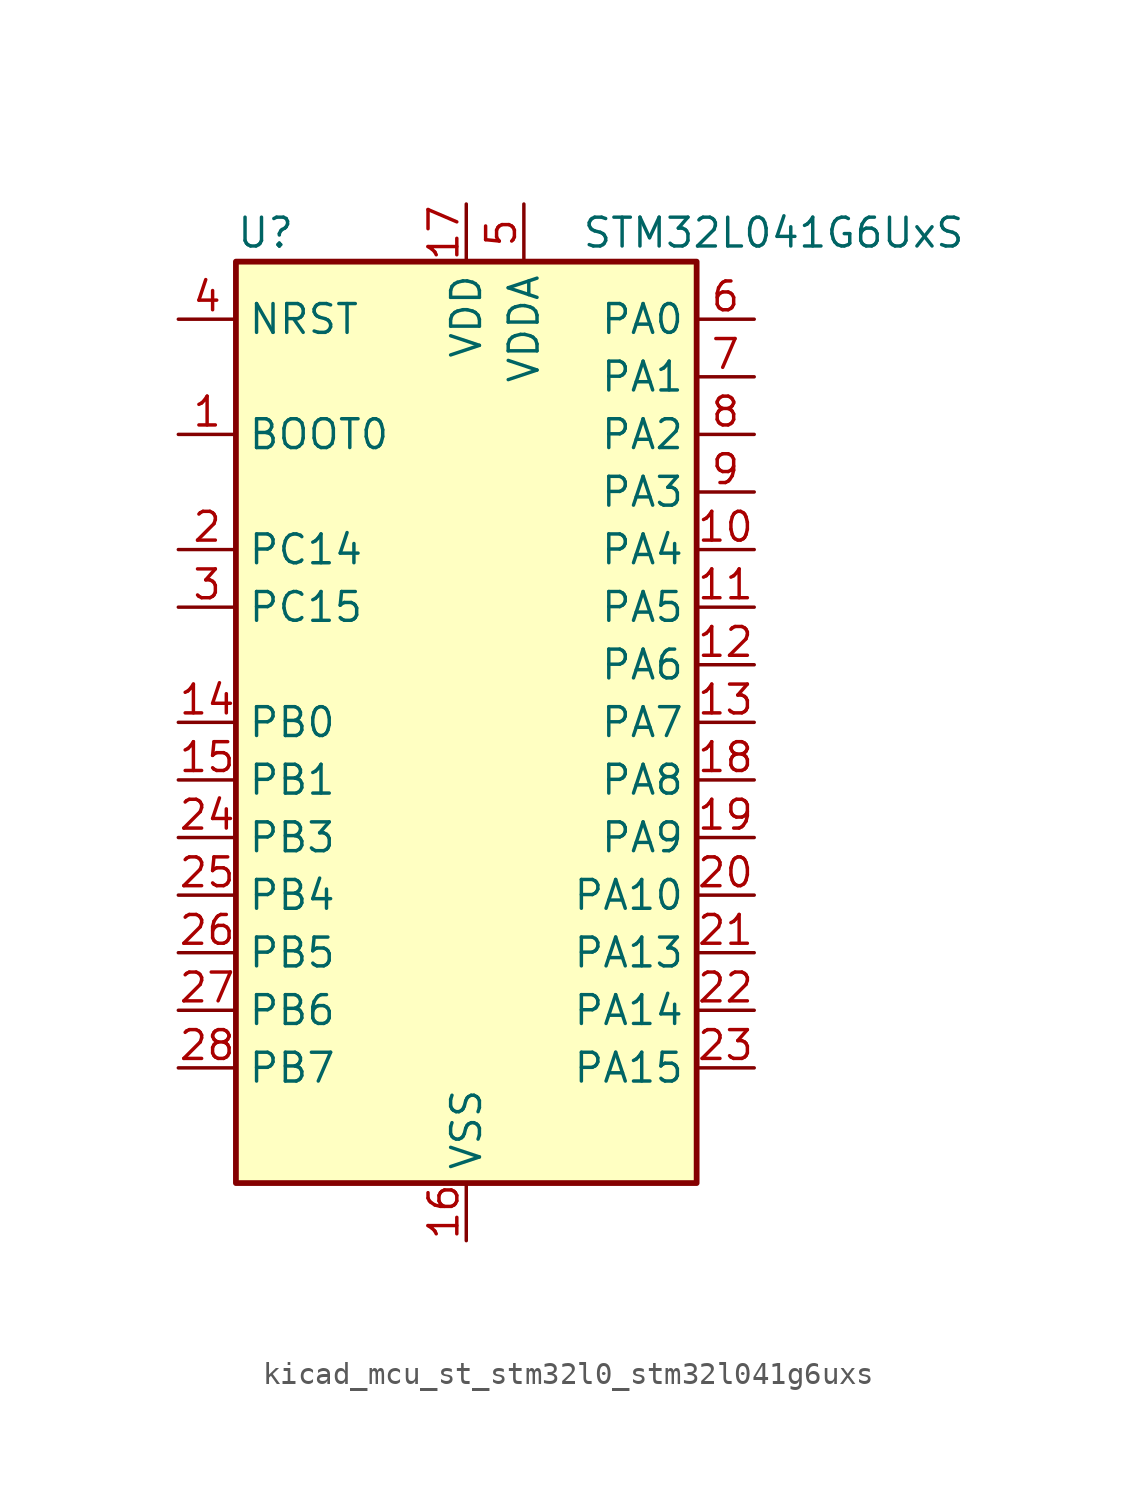
<source format=kicad_sym>
(kicad_symbol_lib
  (version 20220914)
  (generator kicad_symbol_editor)
  (symbol "kicad_mcu_st_stm32l0_stm32l041g6uxs"
    (property "Reference" "U"
      (at -10.16 21.59 0)
      (effects (font (size 1.27 1.27)) (justify left)))
    (property "Value" "STM32L041G6UxS"
      (at 5.08 21.59 0)
      (effects (font (size 1.27 1.27)) (justify left)))
    (property "ki_locked" ""
      (at 0 0 0)
      (effects (font (size 1.27 1.27))))
    (symbol "kicad_mcu_st_stm32l0_stm32l041g6uxs_0_1"
      (rectangle (start -10.16 -20.32) (end 10.16 20.32) (stroke (width 0.254) (type default)) (fill (type background))))
    (symbol "kicad_mcu_st_stm32l0_stm32l041g6uxs_1_1"
      (pin input line (at -12.7 12.7 0) (length 2.54) (name "BOOT0" (effects (font (size 1.27 1.27)))) (number "1" (effects (font (size 1.27 1.27)))))
      (pin bidirectional line (at 12.7 7.62 180) (length 2.54) (name "PA4" (effects (font (size 1.27 1.27)))) (number "10" (effects (font (size 1.27 1.27)))) (alternate "ADC_IN4" bidirectional line) (alternate "COMP1_INM" bidirectional line) (alternate "COMP2_INM" bidirectional line) (alternate "LPTIM1_IN1" bidirectional line) (alternate "SPI1_NSS" bidirectional line) (alternate "TIM22_ETR" bidirectional line) (alternate "USART2_CK" bidirectional line))
      (pin bidirectional line (at 12.7 5.08 180) (length 2.54) (name "PA5" (effects (font (size 1.27 1.27)))) (number "11" (effects (font (size 1.27 1.27)))) (alternate "ADC_IN5" bidirectional line) (alternate "COMP1_INM" bidirectional line) (alternate "COMP2_INM" bidirectional line) (alternate "LPTIM1_IN2" bidirectional line) (alternate "SPI1_SCK" bidirectional line) (alternate "TIM2_CH1" bidirectional line) (alternate "TIM2_ETR" bidirectional line))
      (pin bidirectional line (at 12.7 2.54 180) (length 2.54) (name "PA6" (effects (font (size 1.27 1.27)))) (number "12" (effects (font (size 1.27 1.27)))) (alternate "ADC_IN6" bidirectional line) (alternate "COMP1_OUT" bidirectional line) (alternate "LPTIM1_ETR" bidirectional line) (alternate "LPUART1_CTS" bidirectional line) (alternate "SPI1_MISO" bidirectional line) (alternate "TIM22_CH1" bidirectional line))
      (pin bidirectional line (at 12.7 0 180) (length 2.54) (name "PA7" (effects (font (size 1.27 1.27)))) (number "13" (effects (font (size 1.27 1.27)))) (alternate "ADC_IN7" bidirectional line) (alternate "COMP2_OUT" bidirectional line) (alternate "LPTIM1_OUT" bidirectional line) (alternate "SPI1_MOSI" bidirectional line) (alternate "TIM22_CH2" bidirectional line) (alternate "USART2_CTS" bidirectional line))
      (pin bidirectional line (at -12.7 0 0) (length 2.54) (name "PB0" (effects (font (size 1.27 1.27)))) (number "14" (effects (font (size 1.27 1.27)))) (alternate "ADC_IN8" bidirectional line) (alternate "SPI1_MISO" bidirectional line) (alternate "SYS_VREF_OUT_PB0" bidirectional line) (alternate "TIM2_CH3" bidirectional line) (alternate "USART2_DE" bidirectional line) (alternate "USART2_RTS" bidirectional line))
      (pin bidirectional line (at -12.7 -2.54 0) (length 2.54) (name "PB1" (effects (font (size 1.27 1.27)))) (number "15" (effects (font (size 1.27 1.27)))) (alternate "ADC_IN9" bidirectional line) (alternate "LPUART1_DE" bidirectional line) (alternate "LPUART1_RTS" bidirectional line) (alternate "SPI1_MOSI" bidirectional line) (alternate "SYS_VREF_OUT_PB1" bidirectional line) (alternate "TIM2_CH4" bidirectional line) (alternate "USART2_CK" bidirectional line))
      (pin power_in line (at 0 -22.86 90) (length 2.54) (name "VSS" (effects (font (size 1.27 1.27)))) (number "16" (effects (font (size 1.27 1.27)))))
      (pin power_in line (at 0 22.86 270) (length 2.54) (name "VDD" (effects (font (size 1.27 1.27)))) (number "17" (effects (font (size 1.27 1.27)))))
      (pin bidirectional line (at 12.7 -2.54 180) (length 2.54) (name "PA8" (effects (font (size 1.27 1.27)))) (number "18" (effects (font (size 1.27 1.27)))) (alternate "LPTIM1_IN1" bidirectional line) (alternate "RCC_MCO" bidirectional line) (alternate "TIM2_CH1" bidirectional line) (alternate "USART2_CK" bidirectional line))
      (pin bidirectional line (at 12.7 -5.08 180) (length 2.54) (name "PA9" (effects (font (size 1.27 1.27)))) (number "19" (effects (font (size 1.27 1.27)))) (alternate "I2C1_SCL" bidirectional line) (alternate "RCC_MCO" bidirectional line) (alternate "TIM22_CH1" bidirectional line) (alternate "USART2_TX" bidirectional line))
      (pin bidirectional line (at -12.7 7.62 0) (length 2.54) (name "PC14" (effects (font (size 1.27 1.27)))) (number "2" (effects (font (size 1.27 1.27)))) (alternate "RCC_OSC32_IN" bidirectional line))
      (pin bidirectional line (at 12.7 -7.62 180) (length 2.54) (name "PA10" (effects (font (size 1.27 1.27)))) (number "20" (effects (font (size 1.27 1.27)))) (alternate "I2C1_SDA" bidirectional line) (alternate "TIM22_CH2" bidirectional line) (alternate "USART2_RX" bidirectional line))
      (pin bidirectional line (at 12.7 -10.16 180) (length 2.54) (name "PA13" (effects (font (size 1.27 1.27)))) (number "21" (effects (font (size 1.27 1.27)))) (alternate "LPTIM1_ETR" bidirectional line) (alternate "LPUART1_RX" bidirectional line) (alternate "SYS_SWDIO" bidirectional line))
      (pin bidirectional line (at 12.7 -12.7 180) (length 2.54) (name "PA14" (effects (font (size 1.27 1.27)))) (number "22" (effects (font (size 1.27 1.27)))) (alternate "I2C1_SMBA" bidirectional line) (alternate "LPTIM1_OUT" bidirectional line) (alternate "LPUART1_TX" bidirectional line) (alternate "SYS_SWCLK" bidirectional line) (alternate "USART2_TX" bidirectional line))
      (pin bidirectional line (at 12.7 -15.24 180) (length 2.54) (name "PA15" (effects (font (size 1.27 1.27)))) (number "23" (effects (font (size 1.27 1.27)))) (alternate "SPI1_NSS" bidirectional line) (alternate "TIM2_CH1" bidirectional line) (alternate "TIM2_ETR" bidirectional line) (alternate "USART2_RX" bidirectional line))
      (pin bidirectional line (at -12.7 -5.08 0) (length 2.54) (name "PB3" (effects (font (size 1.27 1.27)))) (number "24" (effects (font (size 1.27 1.27)))) (alternate "COMP2_INM" bidirectional line) (alternate "SPI1_SCK" bidirectional line) (alternate "TIM2_CH2" bidirectional line))
      (pin bidirectional line (at -12.7 -7.62 0) (length 2.54) (name "PB4" (effects (font (size 1.27 1.27)))) (number "25" (effects (font (size 1.27 1.27)))) (alternate "COMP2_INP" bidirectional line) (alternate "SPI1_MISO" bidirectional line) (alternate "TIM22_CH1" bidirectional line))
      (pin bidirectional line (at -12.7 -10.16 0) (length 2.54) (name "PB5" (effects (font (size 1.27 1.27)))) (number "26" (effects (font (size 1.27 1.27)))) (alternate "COMP2_INP" bidirectional line) (alternate "I2C1_SMBA" bidirectional line) (alternate "LPTIM1_IN1" bidirectional line) (alternate "SPI1_MOSI" bidirectional line) (alternate "TIM22_CH2" bidirectional line))
      (pin bidirectional line (at -12.7 -12.7 0) (length 2.54) (name "PB6" (effects (font (size 1.27 1.27)))) (number "27" (effects (font (size 1.27 1.27)))) (alternate "COMP2_INP" bidirectional line) (alternate "I2C1_SCL" bidirectional line) (alternate "LPTIM1_ETR" bidirectional line) (alternate "TIM21_CH1" bidirectional line) (alternate "USART2_TX" bidirectional line))
      (pin bidirectional line (at -12.7 -15.24 0) (length 2.54) (name "PB7" (effects (font (size 1.27 1.27)))) (number "28" (effects (font (size 1.27 1.27)))) (alternate "COMP2_INP" bidirectional line) (alternate "I2C1_SDA" bidirectional line) (alternate "LPTIM1_IN2" bidirectional line) (alternate "SYS_PVD_IN" bidirectional line) (alternate "USART2_RX" bidirectional line))
      (pin bidirectional line (at -12.7 5.08 0) (length 2.54) (name "PC15" (effects (font (size 1.27 1.27)))) (number "3" (effects (font (size 1.27 1.27)))) (alternate "RCC_OSC32_OUT" bidirectional line))
      (pin input line (at -12.7 17.78 0) (length 2.54) (name "NRST" (effects (font (size 1.27 1.27)))) (number "4" (effects (font (size 1.27 1.27)))))
      (pin power_in line (at 2.54 22.86 270) (length 2.54) (name "VDDA" (effects (font (size 1.27 1.27)))) (number "5" (effects (font (size 1.27 1.27)))))
      (pin bidirectional line (at 12.7 17.78 180) (length 2.54) (name "PA0" (effects (font (size 1.27 1.27)))) (number "6" (effects (font (size 1.27 1.27)))) (alternate "ADC_IN0" bidirectional line) (alternate "COMP1_INM" bidirectional line) (alternate "COMP1_OUT" bidirectional line) (alternate "LPTIM1_IN1" bidirectional line) (alternate "RCC_CK_IN" bidirectional line) (alternate "RTC_TAMP2" bidirectional line) (alternate "SYS_WKUP1" bidirectional line) (alternate "TIM2_CH1" bidirectional line) (alternate "TIM2_ETR" bidirectional line) (alternate "USART2_CTS" bidirectional line))
      (pin bidirectional line (at 12.7 15.24 180) (length 2.54) (name "PA1" (effects (font (size 1.27 1.27)))) (number "7" (effects (font (size 1.27 1.27)))) (alternate "ADC_IN1" bidirectional line) (alternate "COMP1_INP" bidirectional line) (alternate "I2C1_SMBA" bidirectional line) (alternate "LPTIM1_IN2" bidirectional line) (alternate "TIM21_ETR" bidirectional line) (alternate "TIM2_CH2" bidirectional line) (alternate "USART2_DE" bidirectional line) (alternate "USART2_RTS" bidirectional line))
      (pin bidirectional line (at 12.7 12.7 180) (length 2.54) (name "PA2" (effects (font (size 1.27 1.27)))) (number "8" (effects (font (size 1.27 1.27)))) (alternate "ADC_IN2" bidirectional line) (alternate "COMP2_INM" bidirectional line) (alternate "COMP2_OUT" bidirectional line) (alternate "LPUART1_TX" bidirectional line) (alternate "RTC_OUT_ALARM" bidirectional line) (alternate "RTC_OUT_CALIB" bidirectional line) (alternate "RTC_TAMP3" bidirectional line) (alternate "RTC_TS" bidirectional line) (alternate "SYS_WKUP3" bidirectional line) (alternate "TIM21_CH1" bidirectional line) (alternate "TIM2_CH3" bidirectional line) (alternate "USART2_TX" bidirectional line))
      (pin bidirectional line (at 12.7 10.16 180) (length 2.54) (name "PA3" (effects (font (size 1.27 1.27)))) (number "9" (effects (font (size 1.27 1.27)))) (alternate "ADC_IN3" bidirectional line) (alternate "COMP2_INP" bidirectional line) (alternate "LPUART1_RX" bidirectional line) (alternate "TIM21_CH2" bidirectional line) (alternate "TIM2_CH4" bidirectional line) (alternate "USART2_RX" bidirectional line)))))
</source>
